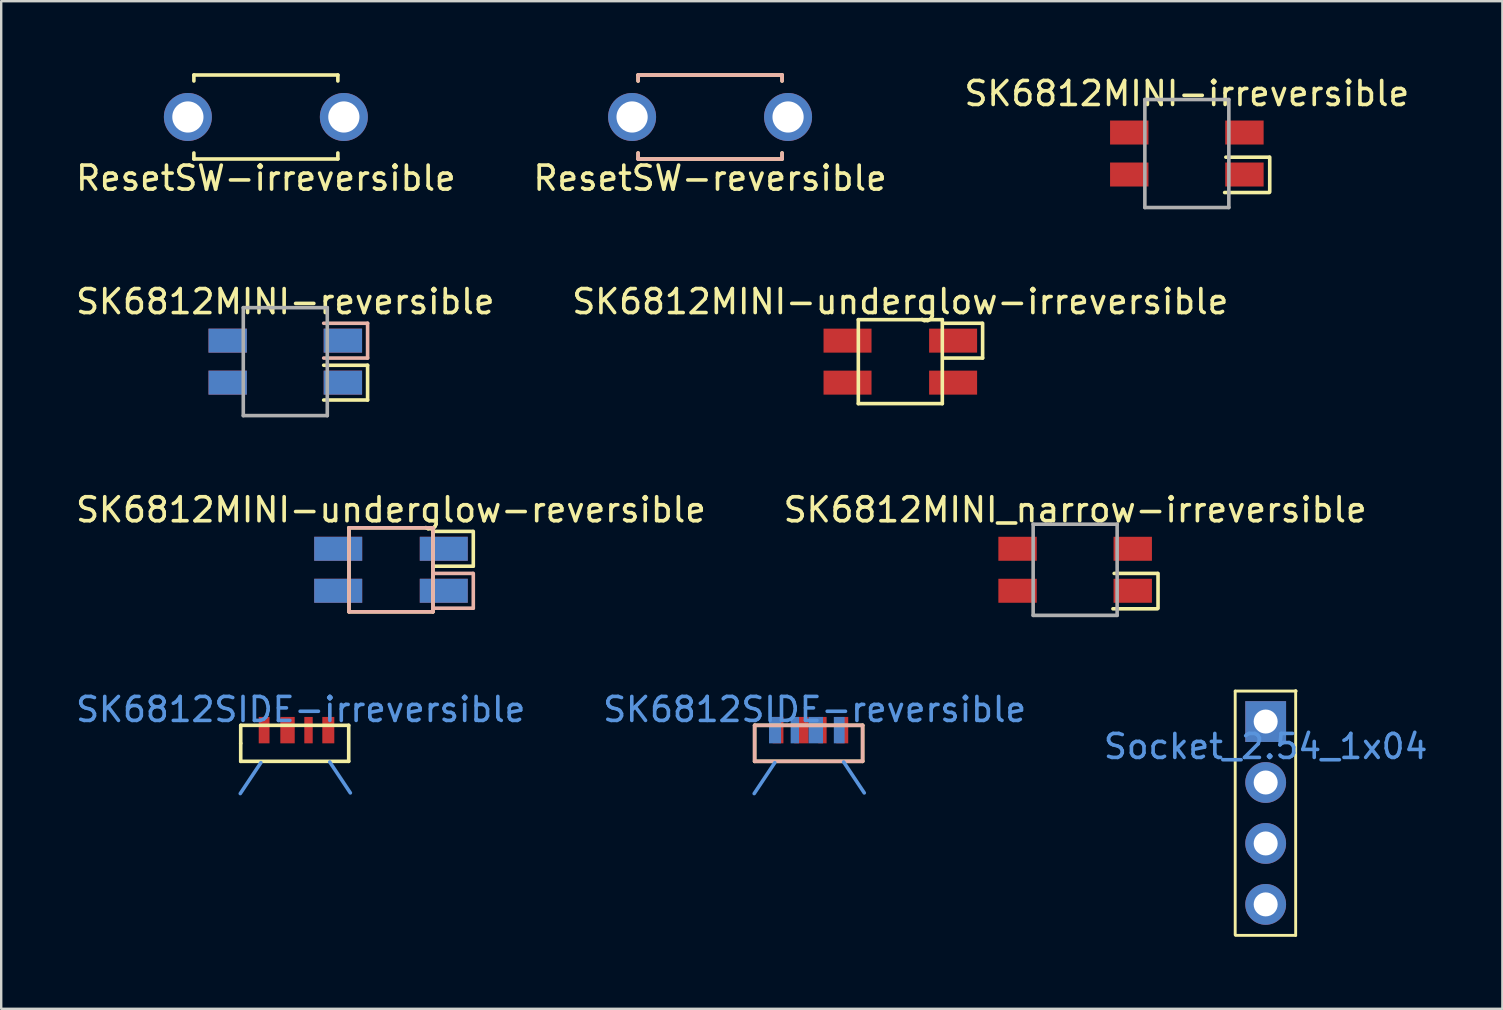
<source format=kicad_pcb>
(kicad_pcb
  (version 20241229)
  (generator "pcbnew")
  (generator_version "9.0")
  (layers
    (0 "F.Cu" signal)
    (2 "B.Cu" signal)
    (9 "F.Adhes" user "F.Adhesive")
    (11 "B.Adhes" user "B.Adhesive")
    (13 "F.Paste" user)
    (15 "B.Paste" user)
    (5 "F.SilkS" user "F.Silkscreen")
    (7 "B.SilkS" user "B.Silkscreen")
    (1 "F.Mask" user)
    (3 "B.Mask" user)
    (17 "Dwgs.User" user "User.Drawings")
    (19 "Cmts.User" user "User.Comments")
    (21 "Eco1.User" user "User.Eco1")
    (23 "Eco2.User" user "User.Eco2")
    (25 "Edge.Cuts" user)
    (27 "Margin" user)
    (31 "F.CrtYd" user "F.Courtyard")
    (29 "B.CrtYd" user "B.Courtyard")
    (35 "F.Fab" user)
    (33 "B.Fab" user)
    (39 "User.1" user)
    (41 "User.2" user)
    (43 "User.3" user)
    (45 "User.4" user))
  (footprint "SK6812MINI-underglow-irreversible"
    (layer "F.Cu")
    (at 34.47 12.021)
    (property "Reference" "SK6812MINI-underglow-irreversible" (at 0 -2.5 0) (layer "F.SilkS") (effects (font (size 1 1) (thickness 0.15))))
    (attr through_hole)
    (fp_line (start -1.75 -1.75) (end -1.75 1.75) (stroke (width 0.15) (type solid)) (layer "F.SilkS"))
    (fp_line (start -1.75 -1.75) (end 1.75 -1.75) (stroke (width 0.15) (type solid)) (layer "F.SilkS"))
    (fp_line (start 1.75 -1.75) (end 1.75 1.75) (stroke (width 0.15) (type solid)) (layer "F.SilkS"))
    (fp_line (start 1.75 1.75) (end -1.75 1.75) (stroke (width 0.15) (type solid)) (layer "F.SilkS"))
    (fp_line (start 1.8 -1.6) (end 3.4 -1.6) (stroke (width 0.15) (type solid)) (layer "F.SilkS"))
    (fp_line (start 3.43 -1.6) (end 3.43 -0.15) (stroke (width 0.15) (type solid)) (layer "F.SilkS"))
    (fp_line (start 3.43 -0.15) (end 1.8 -0.15) (stroke (width 0.15) (type solid)) (layer "F.SilkS"))
    (pad "1" smd rect (at -2.2 -0.875) (size 2 1) (layers "F.Cu" "F.Mask" "F.Paste"))
    (pad "2" smd rect (at -2.2 0.875) (size 2 1) (layers "F.Cu" "F.Mask" "F.Paste"))
    (pad "3" smd rect (at 2.2 0.875) (size 2 1) (layers "F.Cu" "F.Mask" "F.Paste"))
    (pad "4" smd rect (at 2.2 -0.875) (size 2 1) (layers "F.Cu" "F.Mask" "F.Paste")))
  (footprint "SK6812SIDE-irreversible"
    (layer "F.Cu")
    (at 9.232 27.928)
    (property "Reference" "SK6812SIDE-irreversible" (at 0.25 -1.41 0) (layer "Cmts.User") (effects (font (size 1 1) (thickness 0.15))))
    (attr through_hole)
    (fp_line (start -2.25 -0.75) (end 2.25 -0.75) (stroke (width 0.15) (type solid)) (layer "F.SilkS"))
    (fp_line (start -2.25 0) (end -2.25 -0.75) (stroke (width 0.15) (type solid)) (layer "F.SilkS"))
    (fp_line (start -2.25 0.75) (end -2.25 0) (stroke (width 0.15) (type solid)) (layer "F.SilkS"))
    (fp_line (start 2.25 -0.75) (end 2.25 0.75) (stroke (width 0.15) (type solid)) (layer "F.SilkS"))
    (fp_line (start 2.25 0.75) (end -2.25 0.75) (stroke (width 0.15) (type solid)) (layer "F.SilkS"))
    (fp_text user "\\" (at 1.89 1.42 0) (layer "Cmts.User") (effects (font (size 1 1) (thickness 0.15))))
    (fp_text user "/" (at -1.84 1.4 0) (layer "Cmts.User") (effects (font (size 1 1) (thickness 0.15))))
    (pad "1" smd rect (at 0.575 -0.55) (size 0.35 1.1) (layers "F.Cu" "F.Mask" "F.Paste"))
    (pad "2" smd rect (at 1.4 -0.55) (size 0.5 1.1) (layers "F.Cu" "F.Mask" "F.Paste"))
    (pad "3" smd rect (at -1.275 -0.55) (size 0.45 1.1) (layers "F.Cu" "F.Mask" "F.Paste"))
    (pad "4" smd rect (at -0.3 -0.55) (size 0.6 1.1) (layers "F.Cu" "F.Mask" "F.Paste")))
  (footprint "SK6812MINI-irreversible"
    (layer "F.Cu")
    (at 46.411 3.348)
    (property "Reference" "SK6812MINI-irreversible" (at 0 -2.5 0) (layer "F.SilkS") (effects (font (size 1 1) (thickness 0.15))))
    (attr through_hole)
    (fp_line (start 1.626 0.152) (end 3.43 0.152) (stroke (width 0.15) (type solid)) (layer "F.SilkS"))
    (fp_line (start 3.43 1.626) (end 1.575 1.626) (stroke (width 0.15) (type solid)) (layer "F.SilkS"))
    (fp_line (start 3.454 0.152) (end 3.454 1.602) (stroke (width 0.15) (type solid)) (layer "F.SilkS"))
    (fp_line (start -1.75 -2.25) (end -1.75 2.25) (stroke (width 0.15) (type solid)) (layer "F.Fab"))
    (fp_line (start -1.75 -2.25) (end 1.75 -2.25) (stroke (width 0.15) (type solid)) (layer "F.Fab"))
    (fp_line (start 1.75 -2.25) (end 1.75 2.25) (stroke (width 0.15) (type solid)) (layer "F.Fab"))
    (fp_line (start 1.75 2.25) (end -1.75 2.25) (stroke (width 0.15) (type solid)) (layer "F.Fab"))
    (pad "1" smd rect (at -2.4 0.875) (size 1.6 1) (layers "F.Cu" "F.Mask" "F.Paste"))
    (pad "2" smd rect (at -2.4 -0.875) (size 1.6 1) (layers "F.Cu" "F.Mask" "F.Paste"))
    (pad "3" smd rect (at 2.4 -0.875) (size 1.6 1) (layers "F.Cu" "F.Mask" "F.Paste"))
    (pad "4" smd rect (at 2.4 0.875) (size 1.6 1) (layers "F.Cu" "F.Mask" "F.Paste")))
  (footprint "SK6812MINI-underglow-reversible"
    (layer "F.Cu")
    (at 13.244 20.695)
    (property "Reference" "SK6812MINI-underglow-reversible" (at 0 -2.5 0) (layer "F.SilkS") (effects (font (size 1 1) (thickness 0.15))))
    (attr through_hole)
    (fp_line (start -1.75 -1.75) (end -1.75 1.75) (stroke (width 0.15) (type solid)) (layer "F.SilkS"))
    (fp_line (start -1.75 -1.75) (end 1.75 -1.75) (stroke (width 0.15) (type solid)) (layer "F.SilkS"))
    (fp_line (start 1.75 -1.75) (end 1.75 1.75) (stroke (width 0.15) (type solid)) (layer "F.SilkS"))
    (fp_line (start 1.75 -1.6) (end 3.4 -1.6) (stroke (width 0.15) (type solid)) (layer "F.SilkS"))
    (fp_line (start 1.75 1.75) (end -1.75 1.75) (stroke (width 0.15) (type solid)) (layer "F.SilkS"))
    (fp_line (start 3.43 -1.6) (end 3.43 -0.15) (stroke (width 0.15) (type solid)) (layer "F.SilkS"))
    (fp_line (start 3.43 -0.15) (end 1.75 -0.15) (stroke (width 0.15) (type solid)) (layer "F.SilkS"))
    (fp_line (start -1.75 -1.75) (end -1.75 1.75) (stroke (width 0.15) (type solid)) (layer "B.SilkS"))
    (fp_line (start -1.75 -1.75) (end 1.75 -1.75) (stroke (width 0.15) (type solid)) (layer "B.SilkS"))
    (fp_line (start 1.75 -1.75) (end 1.75 1.75) (stroke (width 0.15) (type solid)) (layer "B.SilkS"))
    (fp_line (start 1.75 0.15) (end 3.4 0.15) (stroke (width 0.15) (type solid)) (layer "B.SilkS"))
    (fp_line (start 1.75 1.75) (end -1.75 1.75) (stroke (width 0.15) (type solid)) (layer "B.SilkS"))
    (fp_line (start 3.43 0.15) (end 3.43 1.6) (stroke (width 0.15) (type solid)) (layer "B.SilkS"))
    (fp_line (start 3.43 1.6) (end 1.75 1.6) (stroke (width 0.15) (type solid)) (layer "B.SilkS"))
    (pad "1" smd rect (at -2.2 -0.875) (size 2 1) (layers "F.Cu" "F.Mask" "F.Paste"))
    (pad "1" smd rect (at -2.2 0.875) (size 2 1) (layers "B.Cu" "B.Mask" "B.Paste"))
    (pad "2" smd rect (at -2.2 -0.875) (size 2 1) (layers "B.Cu" "B.Mask" "B.Paste"))
    (pad "2" smd rect (at -2.2 0.875) (size 2 1) (layers "F.Cu" "F.Mask" "F.Paste"))
    (pad "3" smd rect (at 2.2 -0.875) (size 2 1) (layers "B.Cu" "B.Mask" "B.Paste"))
    (pad "3" smd rect (at 2.2 0.875) (size 2 1) (layers "F.Cu" "F.Mask" "F.Paste"))
    (pad "4" smd rect (at 2.2 -0.875) (size 2 1) (layers "F.Cu" "F.Mask" "F.Paste"))
    (pad "4" smd rect (at 2.2 0.875) (size 2 1) (layers "B.Cu" "B.Mask" "B.Paste")))
  (footprint "SK6812MINI-reversible"
    (layer "F.Cu")
    (at 8.839 12.021)
    (property "Reference" "SK6812MINI-reversible" (at 0 -2.5 0) (layer "F.SilkS") (effects (font (size 1 1) (thickness 0.15))))
    (attr through_hole)
    (fp_line (start 1.6 0.15) (end 3.43 0.15) (stroke (width 0.15) (type solid)) (layer "F.SilkS"))
    (fp_line (start 3.43 0.15) (end 3.43 1.6) (stroke (width 0.15) (type solid)) (layer "F.SilkS"))
    (fp_line (start 3.43 1.6) (end 1.6 1.6) (stroke (width 0.15) (type solid)) (layer "F.SilkS"))
    (fp_line (start 1.6 -1.6) (end 3.43 -1.6) (stroke (width 0.15) (type solid)) (layer "B.SilkS"))
    (fp_line (start 3.43 -1.6) (end 3.43 -0.15) (stroke (width 0.15) (type solid)) (layer "B.SilkS"))
    (fp_line (start 3.43 -0.15) (end 1.6 -0.15) (stroke (width 0.15) (type solid)) (layer "B.SilkS"))
    (fp_line (start -1.75 -2.25) (end -1.75 2.25) (stroke (width 0.15) (type solid)) (layer "F.Fab"))
    (fp_line (start -1.75 -2.25) (end 1.75 -2.25) (stroke (width 0.15) (type solid)) (layer "F.Fab"))
    (fp_line (start 1.75 -2.25) (end 1.75 2.25) (stroke (width 0.15) (type solid)) (layer "F.Fab"))
    (fp_line (start 1.75 2.25) (end -1.75 2.25) (stroke (width 0.15) (type solid)) (layer "F.Fab"))
    (pad "1" smd rect (at -2.4 -0.875) (size 1.6 1) (layers "B.Cu" "B.Mask" "B.Paste"))
    (pad "1" smd rect (at -2.4 0.875) (size 1.6 1) (layers "F.Cu" "F.Mask" "F.Paste"))
    (pad "2" smd rect (at -2.4 -0.875) (size 1.6 1) (layers "F.Cu" "F.Mask" "F.Paste"))
    (pad "2" smd rect (at -2.4 0.875) (size 1.6 1) (layers "B.Cu" "B.Mask" "B.Paste"))
    (pad "3" smd rect (at 2.4 -0.875) (size 1.6 1) (layers "F.Cu" "F.Mask" "F.Paste"))
    (pad "3" smd rect (at 2.4 0.875) (size 1.6 1) (layers "B.Cu" "B.Mask" "B.Paste"))
    (pad "4" smd rect (at 2.4 -0.875) (size 1.6 1) (layers "B.Cu" "B.Mask" "B.Paste"))
    (pad "4" smd rect (at 2.4 0.875) (size 1.6 1) (layers "F.Cu" "F.Mask" "F.Paste")))
  (footprint "SK6812MINI_narrow-irreversible"
    (layer "F.Cu")
    (at 41.756 20.695)
    (property "Reference" "SK6812MINI_narrow-irreversible" (at 0 -2.5 0) (layer "F.SilkS") (effects (font (size 1 1) (thickness 0.15))))
    (attr through_hole)
    (fp_line (start 1.626 0.152) (end 3.43 0.152) (stroke (width 0.15) (type solid)) (layer "F.SilkS"))
    (fp_line (start 3.43 1.626) (end 1.575 1.626) (stroke (width 0.15) (type solid)) (layer "F.SilkS"))
    (fp_line (start 3.454 0.152) (end 3.454 1.602) (stroke (width 0.15) (type solid)) (layer "F.SilkS"))
    (fp_line (start -1.75 -1.9) (end -1.75 1.9) (stroke (width 0.15) (type solid)) (layer "F.Fab"))
    (fp_line (start -1.75 -1.9) (end 1.75 -1.9) (stroke (width 0.15) (type solid)) (layer "F.Fab"))
    (fp_line (start 1.75 -1.9) (end 1.75 1.9) (stroke (width 0.15) (type solid)) (layer "F.Fab"))
    (fp_line (start 1.75 1.9) (end -1.75 1.9) (stroke (width 0.15) (type solid)) (layer "F.Fab"))
    (pad "1" smd rect (at -2.4 0.875) (size 1.6 1) (layers "F.Cu" "F.Mask" "F.Paste"))
    (pad "2" smd rect (at -2.4 -0.875) (size 1.6 1) (layers "F.Cu" "F.Mask" "F.Paste"))
    (pad "3" smd rect (at 2.4 -0.875) (size 1.6 1) (layers "F.Cu" "F.Mask" "F.Paste"))
    (pad "4" smd rect (at 2.4 0.875) (size 1.6 1) (layers "F.Cu" "F.Mask" "F.Paste")))
  (footprint "ResetSW-irreversible"
    (layer "F.Cu")
    (at 8.03 1.825)
    (property "Reference" "ResetSW-irreversible" (at 0 2.55 0) (layer "F.SilkS") (effects (font (size 1 1) (thickness 0.15))))
    (attr through_hole)
    (fp_line (start -3 -1.75) (end 3 -1.75) (stroke (width 0.15) (type solid)) (layer "F.SilkS"))
    (fp_line (start -3 -1.5) (end -3 -1.75) (stroke (width 0.15) (type solid)) (layer "F.SilkS"))
    (fp_line (start -3 1.75) (end -3 1.5) (stroke (width 0.15) (type solid)) (layer "F.SilkS"))
    (fp_line (start 3 -1.75) (end 3 -1.5) (stroke (width 0.15) (type solid)) (layer "F.SilkS"))
    (fp_line (start 3 1.5) (end 3 1.75) (stroke (width 0.15) (type solid)) (layer "F.SilkS"))
    (fp_line (start 3 1.75) (end -3 1.75) (stroke (width 0.15) (type solid)) (layer "F.SilkS"))
    (pad "1" thru_hole circle (at -3.25 0) (size 2 2) (drill 1.3) (layers "*.Cu" "*.Mask"))
    (pad "2" thru_hole circle (at 3.25 0) (size 2 2) (drill 1.3) (layers "*.Cu" "*.Mask")))
  (footprint "ResetSW-reversible"
    (layer "F.Cu")
    (at 26.542 1.825)
    (property "Reference" "ResetSW-reversible" (at 0 2.55 0) (layer "F.SilkS") (effects (font (size 1 1) (thickness 0.15))))
    (attr through_hole)
    (fp_line (start -3 -1.75) (end 3 -1.75) (stroke (width 0.15) (type solid)) (layer "F.SilkS"))
    (fp_line (start -3 -1.5) (end -3 -1.75) (stroke (width 0.15) (type solid)) (layer "F.SilkS"))
    (fp_line (start -3 1.75) (end -3 1.5) (stroke (width 0.15) (type solid)) (layer "F.SilkS"))
    (fp_line (start 3 -1.75) (end 3 -1.5) (stroke (width 0.15) (type solid)) (layer "F.SilkS"))
    (fp_line (start 3 1.5) (end 3 1.75) (stroke (width 0.15) (type solid)) (layer "F.SilkS"))
    (fp_line (start 3 1.75) (end -3 1.75) (stroke (width 0.15) (type solid)) (layer "F.SilkS"))
    (fp_line (start -3 -1.75) (end 3 -1.75) (stroke (width 0.15) (type solid)) (layer "B.SilkS"))
    (fp_line (start -3 -1.5) (end -3 -1.75) (stroke (width 0.15) (type solid)) (layer "B.SilkS"))
    (fp_line (start -3 1.75) (end -3 1.5) (stroke (width 0.15) (type solid)) (layer "B.SilkS"))
    (fp_line (start 3 -1.75) (end 3 -1.5) (stroke (width 0.15) (type solid)) (layer "B.SilkS"))
    (fp_line (start 3 1.5) (end 3 1.75) (stroke (width 0.15) (type solid)) (layer "B.SilkS"))
    (fp_line (start 3 1.75) (end -3 1.75) (stroke (width 0.15) (type solid)) (layer "B.SilkS"))
    (pad "1" thru_hole circle (at -3.25 0) (size 2 2) (drill 1.3) (layers "*.Cu" "*.Mask"))
    (pad "2" thru_hole circle (at 3.25 0) (size 2 2) (drill 1.3) (layers "*.Cu" "*.Mask")))
  (footprint "SK6812SIDE-reversible"
    (layer "F.Cu")
    (at 30.649 27.928)
    (property "Reference" "SK6812SIDE-reversible" (at 0.25 -1.41 0) (layer "Cmts.User") (effects (font (size 1 1) (thickness 0.15))))
    (attr through_hole)
    (fp_line (start -2.25 -0.75) (end 2.25 -0.75) (stroke (width 0.15) (type solid)) (layer "F.SilkS"))
    (fp_line (start -2.25 0.75) (end -2.25 -0.75) (stroke (width 0.15) (type solid)) (layer "F.SilkS"))
    (fp_line (start 2.25 -0.75) (end 2.25 0.75) (stroke (width 0.15) (type solid)) (layer "F.SilkS"))
    (fp_line (start 2.25 0.75) (end -2.25 0.75) (stroke (width 0.15) (type solid)) (layer "F.SilkS"))
    (fp_line (start -2.25 0.75) (end -2.25 -0.75) (stroke (width 0.15) (type solid)) (layer "B.SilkS"))
    (fp_line (start 2.25 -0.75) (end -2.25 -0.75) (stroke (width 0.15) (type solid)) (layer "B.SilkS"))
    (fp_line (start 2.25 -0.75) (end 2.25 0.75) (stroke (width 0.15) (type solid)) (layer "B.SilkS"))
    (fp_line (start 2.25 0.75) (end -2.25 0.75) (stroke (width 0.15) (type solid)) (layer "B.SilkS"))
    (fp_text user "/" (at -1.84 1.4 0) (layer "Cmts.User") (effects (font (size 1 1) (thickness 0.15))))
    (fp_text user "\\" (at 1.89 1.42 0) (layer "Cmts.User") (effects (font (size 1 1) (thickness 0.15))))
    (pad "1" smd rect (at -0.575 -0.55) (size 0.35 1.1) (layers "B.Cu" "B.Mask" "B.Paste"))
    (pad "1" smd rect (at 0.575 -0.55) (size 0.35 1.1) (layers "F.Cu" "F.Mask" "F.Paste"))
    (pad "2" smd rect (at -1.4 -0.55) (size 0.5 1.1) (layers "B.Cu" "B.Mask" "B.Paste"))
    (pad "2" smd rect (at 1.4 -0.55) (size 0.5 1.1) (layers "F.Cu" "F.Mask" "F.Paste"))
    (pad "3" smd rect (at -1.275 -0.55) (size 0.45 1.1) (layers "F.Cu" "F.Mask" "F.Paste"))
    (pad "3" smd rect (at 1.275 -0.55) (size 0.45 1.1) (layers "B.Cu" "B.Mask" "B.Paste"))
    (pad "4" smd rect (at -0.3 -0.55) (size 0.6 1.1) (layers "F.Cu" "F.Mask" "F.Paste"))
    (pad "4" smd rect (at 0.3 -0.55) (size 0.6 1.1) (layers "B.Cu" "B.Mask" "B.Paste")))
  (footprint "Socket_2.54_1x04"
    (layer "F.Cu")
    (at 49.696 30.83)
    (property "Reference" "Socket_2.54_1x04" (at 0 -2.77 0) (layer "Cmts.User") (effects (font (size 1 1) (thickness 0.15))))
    (attr through_hole)
    (fp_line (start -1.27 -5.08) (end -1.27 5.08) (stroke (width 0.12) (type solid)) (layer "F.SilkS"))
    (fp_line (start -1.25 5.1) (end 1.25 5.1) (stroke (width 0.12) (type solid)) (layer "F.SilkS"))
    (fp_line (start 1.25 5.1) (end 1.25 -5.1) (stroke (width 0.12) (type solid)) (layer "F.SilkS"))
    (fp_line (start 1.27 -5.08) (end -1.27 -5.08) (stroke (width 0.12) (type solid)) (layer "F.SilkS"))
    (pad "1" thru_hole rect (at 0 -3.81) (size 1.7 1.7) (drill 1) (layers "*.Cu" "*.Mask"))
    (pad "2" thru_hole oval (at 0 -1.27) (size 1.7 1.7) (drill 1) (layers "*.Cu" "*.Mask"))
    (pad "3" thru_hole oval (at 0 1.27) (size 1.7 1.7) (drill 1) (layers "*.Cu" "*.Mask"))
    (pad "4" thru_hole oval (at 0 3.81) (size 1.7 1.7) (drill 1) (layers "*.Cu" "*.Mask")))
  (gr_rect
    (start -3 -3)
    (end 59.56 38.99)
    (stroke (width 0.1) (type default))
    (fill no)
    (layer "Edge.Cuts")))
</source>
